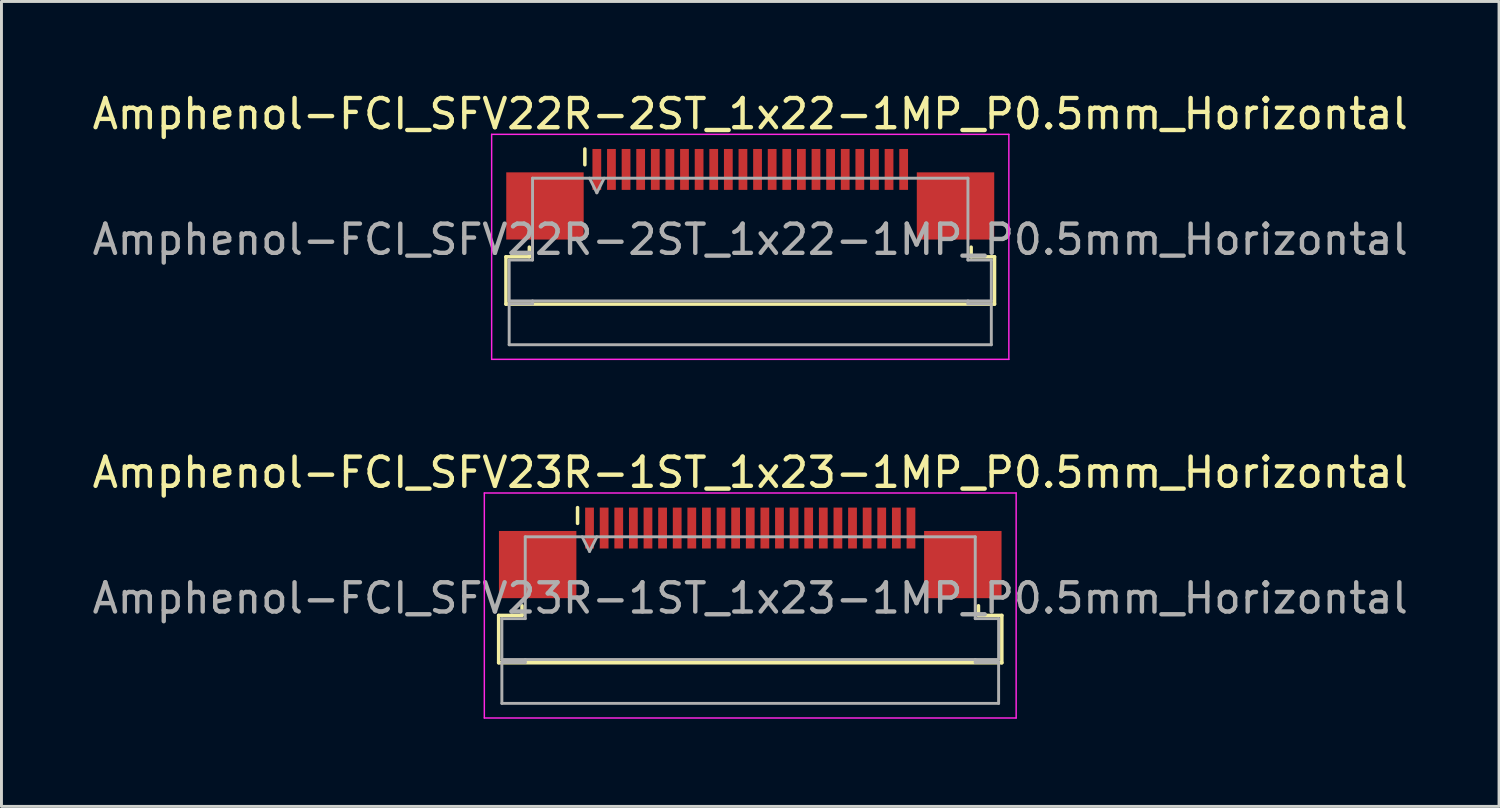
<source format=kicad_pcb>
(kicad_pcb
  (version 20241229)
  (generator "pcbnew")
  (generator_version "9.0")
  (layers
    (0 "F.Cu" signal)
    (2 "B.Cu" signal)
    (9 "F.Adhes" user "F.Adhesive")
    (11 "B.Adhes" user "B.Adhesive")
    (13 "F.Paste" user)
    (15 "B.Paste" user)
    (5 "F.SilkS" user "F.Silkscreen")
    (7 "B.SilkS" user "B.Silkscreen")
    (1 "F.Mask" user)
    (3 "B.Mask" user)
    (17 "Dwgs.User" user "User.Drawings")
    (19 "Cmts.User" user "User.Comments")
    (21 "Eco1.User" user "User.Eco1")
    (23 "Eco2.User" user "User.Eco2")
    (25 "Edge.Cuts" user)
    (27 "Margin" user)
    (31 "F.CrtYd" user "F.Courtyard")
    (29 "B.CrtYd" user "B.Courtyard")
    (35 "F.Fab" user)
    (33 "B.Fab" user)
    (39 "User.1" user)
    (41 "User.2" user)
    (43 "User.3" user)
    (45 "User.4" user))
  (footprint "Amphenol-FCI_SFV22R-2ST_1x22-1MP_P0.5mm_Horizontal"
    (layer "F.Cu")
    (at 22.625 4.748)
    (property "Reference" "Amphenol-FCI_SFV22R-2ST_1x22-1MP_P0.5mm_Horizontal" (at 0 -3.9 0) (layer "F.SilkS") (effects (font (size 1 1) (thickness 0.15))))
    (attr smd)
    (fp_line (start -8.36 0.99) (end -7.56 0.99) (stroke (width 0.12) (type solid)) (layer "F.SilkS"))
    (fp_line (start -8.36 2.61) (end -8.36 0.99) (stroke (width 0.12) (type solid)) (layer "F.SilkS"))
    (fp_line (start -7.56 0.99) (end -7.56 0.66) (stroke (width 0.12) (type solid)) (layer "F.SilkS"))
    (fp_line (start -5.66 -2.16) (end -5.66 -2.7) (stroke (width 0.12) (type solid)) (layer "F.SilkS"))
    (fp_line (start 7.56 0.66) (end 7.56 0.99) (stroke (width 0.12) (type solid)) (layer "F.SilkS"))
    (fp_line (start 7.56 0.99) (end 8.36 0.99) (stroke (width 0.12) (type solid)) (layer "F.SilkS"))
    (fp_line (start 8.36 0.99) (end 8.36 2.61) (stroke (width 0.12) (type solid)) (layer "F.SilkS"))
    (fp_line (start 8.36 2.61) (end -8.36 2.61) (stroke (width 0.12) (type solid)) (layer "F.SilkS"))
    (fp_line (start -8.85 -3.2) (end -8.85 4.5) (stroke (width 0.05) (type solid)) (layer "F.CrtYd"))
    (fp_line (start -8.85 4.5) (end 8.85 4.5) (stroke (width 0.05) (type solid)) (layer "F.CrtYd"))
    (fp_line (start 8.85 -3.2) (end -8.85 -3.2) (stroke (width 0.05) (type solid)) (layer "F.CrtYd"))
    (fp_line (start 8.85 4.5) (end 8.85 -3.2) (stroke (width 0.05) (type solid)) (layer "F.CrtYd"))
    (fp_line (start -8.25 1.1) (end -7.45 1.1) (stroke (width 0.1) (type solid)) (layer "F.Fab"))
    (fp_line (start -8.25 2.5) (end -8.25 1.1) (stroke (width 0.1) (type solid)) (layer "F.Fab"))
    (fp_line (start -8.25 2.6) (end -7.45 2.6) (stroke (width 0.1) (type solid)) (layer "F.Fab"))
    (fp_line (start -8.25 4) (end -8.25 2.6) (stroke (width 0.1) (type solid)) (layer "F.Fab"))
    (fp_line (start -7.45 -1.7) (end 7.45 -1.7) (stroke (width 0.1) (type solid)) (layer "F.Fab"))
    (fp_line (start -7.45 1.1) (end -7.45 -1.7) (stroke (width 0.1) (type solid)) (layer "F.Fab"))
    (fp_line (start -7.45 2.6) (end -7.45 2.5) (stroke (width 0.1) (type solid)) (layer "F.Fab"))
    (fp_line (start -5.5 -1.7) (end -5.25 -1.2) (stroke (width 0.1) (type solid)) (layer "F.Fab"))
    (fp_line (start -5.25 -1.2) (end -5 -1.7) (stroke (width 0.1) (type solid)) (layer "F.Fab"))
    (fp_line (start 7.45 -1.7) (end 7.45 1.1) (stroke (width 0.1) (type solid)) (layer "F.Fab"))
    (fp_line (start 7.45 1.1) (end 8.25 1.1) (stroke (width 0.1) (type solid)) (layer "F.Fab"))
    (fp_line (start 7.45 2.5) (end 7.45 2.6) (stroke (width 0.1) (type solid)) (layer "F.Fab"))
    (fp_line (start 7.45 2.6) (end 8.25 2.6) (stroke (width 0.1) (type solid)) (layer "F.Fab"))
    (fp_line (start 8.25 1.1) (end 8.25 2.5) (stroke (width 0.1) (type solid)) (layer "F.Fab"))
    (fp_line (start 8.25 2.5) (end -8.25 2.5) (stroke (width 0.1) (type solid)) (layer "F.Fab"))
    (fp_line (start 8.25 2.6) (end 8.25 4) (stroke (width 0.1) (type solid)) (layer "F.Fab"))
    (fp_line (start 8.25 4) (end -8.25 4) (stroke (width 0.1) (type solid)) (layer "F.Fab"))
    (fp_text user "${REFERENCE}" (at 0 0.4 0) (layer "F.Fab") (effects (font (size 1 1) (thickness 0.15))))
    (pad "1" smd rect (at -5.25 -2) (size 0.3 1.4) (layers "F.Cu" "F.Mask" "F.Paste"))
    (pad "2" smd rect (at -4.75 -2) (size 0.3 1.4) (layers "F.Cu" "F.Mask" "F.Paste"))
    (pad "3" smd rect (at -4.25 -2) (size 0.3 1.4) (layers "F.Cu" "F.Mask" "F.Paste"))
    (pad "4" smd rect (at -3.75 -2) (size 0.3 1.4) (layers "F.Cu" "F.Mask" "F.Paste"))
    (pad "5" smd rect (at -3.25 -2) (size 0.3 1.4) (layers "F.Cu" "F.Mask" "F.Paste"))
    (pad "6" smd rect (at -2.75 -2) (size 0.3 1.4) (layers "F.Cu" "F.Mask" "F.Paste"))
    (pad "7" smd rect (at -2.25 -2) (size 0.3 1.4) (layers "F.Cu" "F.Mask" "F.Paste"))
    (pad "8" smd rect (at -1.75 -2) (size 0.3 1.4) (layers "F.Cu" "F.Mask" "F.Paste"))
    (pad "9" smd rect (at -1.25 -2) (size 0.3 1.4) (layers "F.Cu" "F.Mask" "F.Paste"))
    (pad "10" smd rect (at -0.75 -2) (size 0.3 1.4) (layers "F.Cu" "F.Mask" "F.Paste"))
    (pad "11" smd rect (at -0.25 -2) (size 0.3 1.4) (layers "F.Cu" "F.Mask" "F.Paste"))
    (pad "12" smd rect (at 0.25 -2) (size 0.3 1.4) (layers "F.Cu" "F.Mask" "F.Paste"))
    (pad "13" smd rect (at 0.75 -2) (size 0.3 1.4) (layers "F.Cu" "F.Mask" "F.Paste"))
    (pad "14" smd rect (at 1.25 -2) (size 0.3 1.4) (layers "F.Cu" "F.Mask" "F.Paste"))
    (pad "15" smd rect (at 1.75 -2) (size 0.3 1.4) (layers "F.Cu" "F.Mask" "F.Paste"))
    (pad "16" smd rect (at 2.25 -2) (size 0.3 1.4) (layers "F.Cu" "F.Mask" "F.Paste"))
    (pad "17" smd rect (at 2.75 -2) (size 0.3 1.4) (layers "F.Cu" "F.Mask" "F.Paste"))
    (pad "18" smd rect (at 3.25 -2) (size 0.3 1.4) (layers "F.Cu" "F.Mask" "F.Paste"))
    (pad "19" smd rect (at 3.75 -2) (size 0.3 1.4) (layers "F.Cu" "F.Mask" "F.Paste"))
    (pad "20" smd rect (at 4.25 -2) (size 0.3 1.4) (layers "F.Cu" "F.Mask" "F.Paste"))
    (pad "21" smd rect (at 4.75 -2) (size 0.3 1.4) (layers "F.Cu" "F.Mask" "F.Paste"))
    (pad "22" smd rect (at 5.25 -2) (size 0.3 1.4) (layers "F.Cu" "F.Mask" "F.Paste"))
    (pad "MP" smd rect (at -7.025 -0.75) (size 2.65 2.3) (layers "F.Cu" "F.Mask" "F.Paste"))
    (pad "MP" smd rect (at 7.025 -0.75) (size 2.65 2.3) (layers "F.Cu" "F.Mask" "F.Paste")))
  (footprint "Amphenol-FCI_SFV23R-1ST_1x23-1MP_P0.5mm_Horizontal"
    (layer "F.Cu")
    (at 22.625 17.021)
    (property "Reference" "Amphenol-FCI_SFV23R-1ST_1x23-1MP_P0.5mm_Horizontal" (at 0 -3.9 0) (layer "F.SilkS") (effects (font (size 1 1) (thickness 0.15))))
    (attr smd)
    (fp_line (start -8.61 0.99) (end -7.81 0.99) (stroke (width 0.12) (type solid)) (layer "F.SilkS"))
    (fp_line (start -8.61 2.61) (end -8.61 0.99) (stroke (width 0.12) (type solid)) (layer "F.SilkS"))
    (fp_line (start -7.81 0.99) (end -7.81 0.66) (stroke (width 0.12) (type solid)) (layer "F.SilkS"))
    (fp_line (start -5.91 -2.16) (end -5.91 -2.7) (stroke (width 0.12) (type solid)) (layer "F.SilkS"))
    (fp_line (start 7.81 0.66) (end 7.81 0.99) (stroke (width 0.12) (type solid)) (layer "F.SilkS"))
    (fp_line (start 7.81 0.99) (end 8.61 0.99) (stroke (width 0.12) (type solid)) (layer "F.SilkS"))
    (fp_line (start 8.61 0.99) (end 8.61 2.61) (stroke (width 0.12) (type solid)) (layer "F.SilkS"))
    (fp_line (start 8.61 2.61) (end -8.61 2.61) (stroke (width 0.12) (type solid)) (layer "F.SilkS"))
    (fp_line (start -9.1 -3.2) (end -9.1 4.5) (stroke (width 0.05) (type solid)) (layer "F.CrtYd"))
    (fp_line (start -9.1 4.5) (end 9.1 4.5) (stroke (width 0.05) (type solid)) (layer "F.CrtYd"))
    (fp_line (start 9.1 -3.2) (end -9.1 -3.2) (stroke (width 0.05) (type solid)) (layer "F.CrtYd"))
    (fp_line (start 9.1 4.5) (end 9.1 -3.2) (stroke (width 0.05) (type solid)) (layer "F.CrtYd"))
    (fp_line (start -8.5 1.1) (end -7.7 1.1) (stroke (width 0.1) (type solid)) (layer "F.Fab"))
    (fp_line (start -8.5 2.5) (end -8.5 1.1) (stroke (width 0.1) (type solid)) (layer "F.Fab"))
    (fp_line (start -8.5 2.6) (end -7.7 2.6) (stroke (width 0.1) (type solid)) (layer "F.Fab"))
    (fp_line (start -8.5 4) (end -8.5 2.6) (stroke (width 0.1) (type solid)) (layer "F.Fab"))
    (fp_line (start -7.7 -1.7) (end 7.7 -1.7) (stroke (width 0.1) (type solid)) (layer "F.Fab"))
    (fp_line (start -7.7 1.1) (end -7.7 -1.7) (stroke (width 0.1) (type solid)) (layer "F.Fab"))
    (fp_line (start -7.7 2.6) (end -7.7 2.5) (stroke (width 0.1) (type solid)) (layer "F.Fab"))
    (fp_line (start -5.75 -1.7) (end -5.5 -1.2) (stroke (width 0.1) (type solid)) (layer "F.Fab"))
    (fp_line (start -5.5 -1.2) (end -5.25 -1.7) (stroke (width 0.1) (type solid)) (layer "F.Fab"))
    (fp_line (start 7.7 -1.7) (end 7.7 1.1) (stroke (width 0.1) (type solid)) (layer "F.Fab"))
    (fp_line (start 7.7 1.1) (end 8.5 1.1) (stroke (width 0.1) (type solid)) (layer "F.Fab"))
    (fp_line (start 7.7 2.5) (end 7.7 2.6) (stroke (width 0.1) (type solid)) (layer "F.Fab"))
    (fp_line (start 7.7 2.6) (end 8.5 2.6) (stroke (width 0.1) (type solid)) (layer "F.Fab"))
    (fp_line (start 8.5 1.1) (end 8.5 2.5) (stroke (width 0.1) (type solid)) (layer "F.Fab"))
    (fp_line (start 8.5 2.5) (end -8.5 2.5) (stroke (width 0.1) (type solid)) (layer "F.Fab"))
    (fp_line (start 8.5 2.6) (end 8.5 4) (stroke (width 0.1) (type solid)) (layer "F.Fab"))
    (fp_line (start 8.5 4) (end -8.5 4) (stroke (width 0.1) (type solid)) (layer "F.Fab"))
    (fp_text user "${REFERENCE}" (at 0 0.4 0) (layer "F.Fab") (effects (font (size 1 1) (thickness 0.15))))
    (pad "1" smd rect (at -5.5 -2) (size 0.3 1.4) (layers "F.Cu" "F.Mask" "F.Paste"))
    (pad "2" smd rect (at -5 -2) (size 0.3 1.4) (layers "F.Cu" "F.Mask" "F.Paste"))
    (pad "3" smd rect (at -4.5 -2) (size 0.3 1.4) (layers "F.Cu" "F.Mask" "F.Paste"))
    (pad "4" smd rect (at -4 -2) (size 0.3 1.4) (layers "F.Cu" "F.Mask" "F.Paste"))
    (pad "5" smd rect (at -3.5 -2) (size 0.3 1.4) (layers "F.Cu" "F.Mask" "F.Paste"))
    (pad "6" smd rect (at -3 -2) (size 0.3 1.4) (layers "F.Cu" "F.Mask" "F.Paste"))
    (pad "7" smd rect (at -2.5 -2) (size 0.3 1.4) (layers "F.Cu" "F.Mask" "F.Paste"))
    (pad "8" smd rect (at -2 -2) (size 0.3 1.4) (layers "F.Cu" "F.Mask" "F.Paste"))
    (pad "9" smd rect (at -1.5 -2) (size 0.3 1.4) (layers "F.Cu" "F.Mask" "F.Paste"))
    (pad "10" smd rect (at -1 -2) (size 0.3 1.4) (layers "F.Cu" "F.Mask" "F.Paste"))
    (pad "11" smd rect (at -0.5 -2) (size 0.3 1.4) (layers "F.Cu" "F.Mask" "F.Paste"))
    (pad "12" smd rect (at 0 -2) (size 0.3 1.4) (layers "F.Cu" "F.Mask" "F.Paste"))
    (pad "13" smd rect (at 0.5 -2) (size 0.3 1.4) (layers "F.Cu" "F.Mask" "F.Paste"))
    (pad "14" smd rect (at 1 -2) (size 0.3 1.4) (layers "F.Cu" "F.Mask" "F.Paste"))
    (pad "15" smd rect (at 1.5 -2) (size 0.3 1.4) (layers "F.Cu" "F.Mask" "F.Paste"))
    (pad "16" smd rect (at 2 -2) (size 0.3 1.4) (layers "F.Cu" "F.Mask" "F.Paste"))
    (pad "17" smd rect (at 2.5 -2) (size 0.3 1.4) (layers "F.Cu" "F.Mask" "F.Paste"))
    (pad "18" smd rect (at 3 -2) (size 0.3 1.4) (layers "F.Cu" "F.Mask" "F.Paste"))
    (pad "19" smd rect (at 3.5 -2) (size 0.3 1.4) (layers "F.Cu" "F.Mask" "F.Paste"))
    (pad "20" smd rect (at 4 -2) (size 0.3 1.4) (layers "F.Cu" "F.Mask" "F.Paste"))
    (pad "21" smd rect (at 4.5 -2) (size 0.3 1.4) (layers "F.Cu" "F.Mask" "F.Paste"))
    (pad "22" smd rect (at 5 -2) (size 0.3 1.4) (layers "F.Cu" "F.Mask" "F.Paste"))
    (pad "23" smd rect (at 5.5 -2) (size 0.3 1.4) (layers "F.Cu" "F.Mask" "F.Paste"))
    (pad "MP" smd rect (at -7.275 -0.75) (size 2.65 2.3) (layers "F.Cu" "F.Mask" "F.Paste"))
    (pad "MP" smd rect (at 7.275 -0.75) (size 2.65 2.3) (layers "F.Cu" "F.Mask" "F.Paste")))
  (gr_rect
    (start -3 -3)
    (end 48.25 24.547)
    (stroke (width 0.1) (type default))
    (fill no)
    (layer "Edge.Cuts")))
</source>
